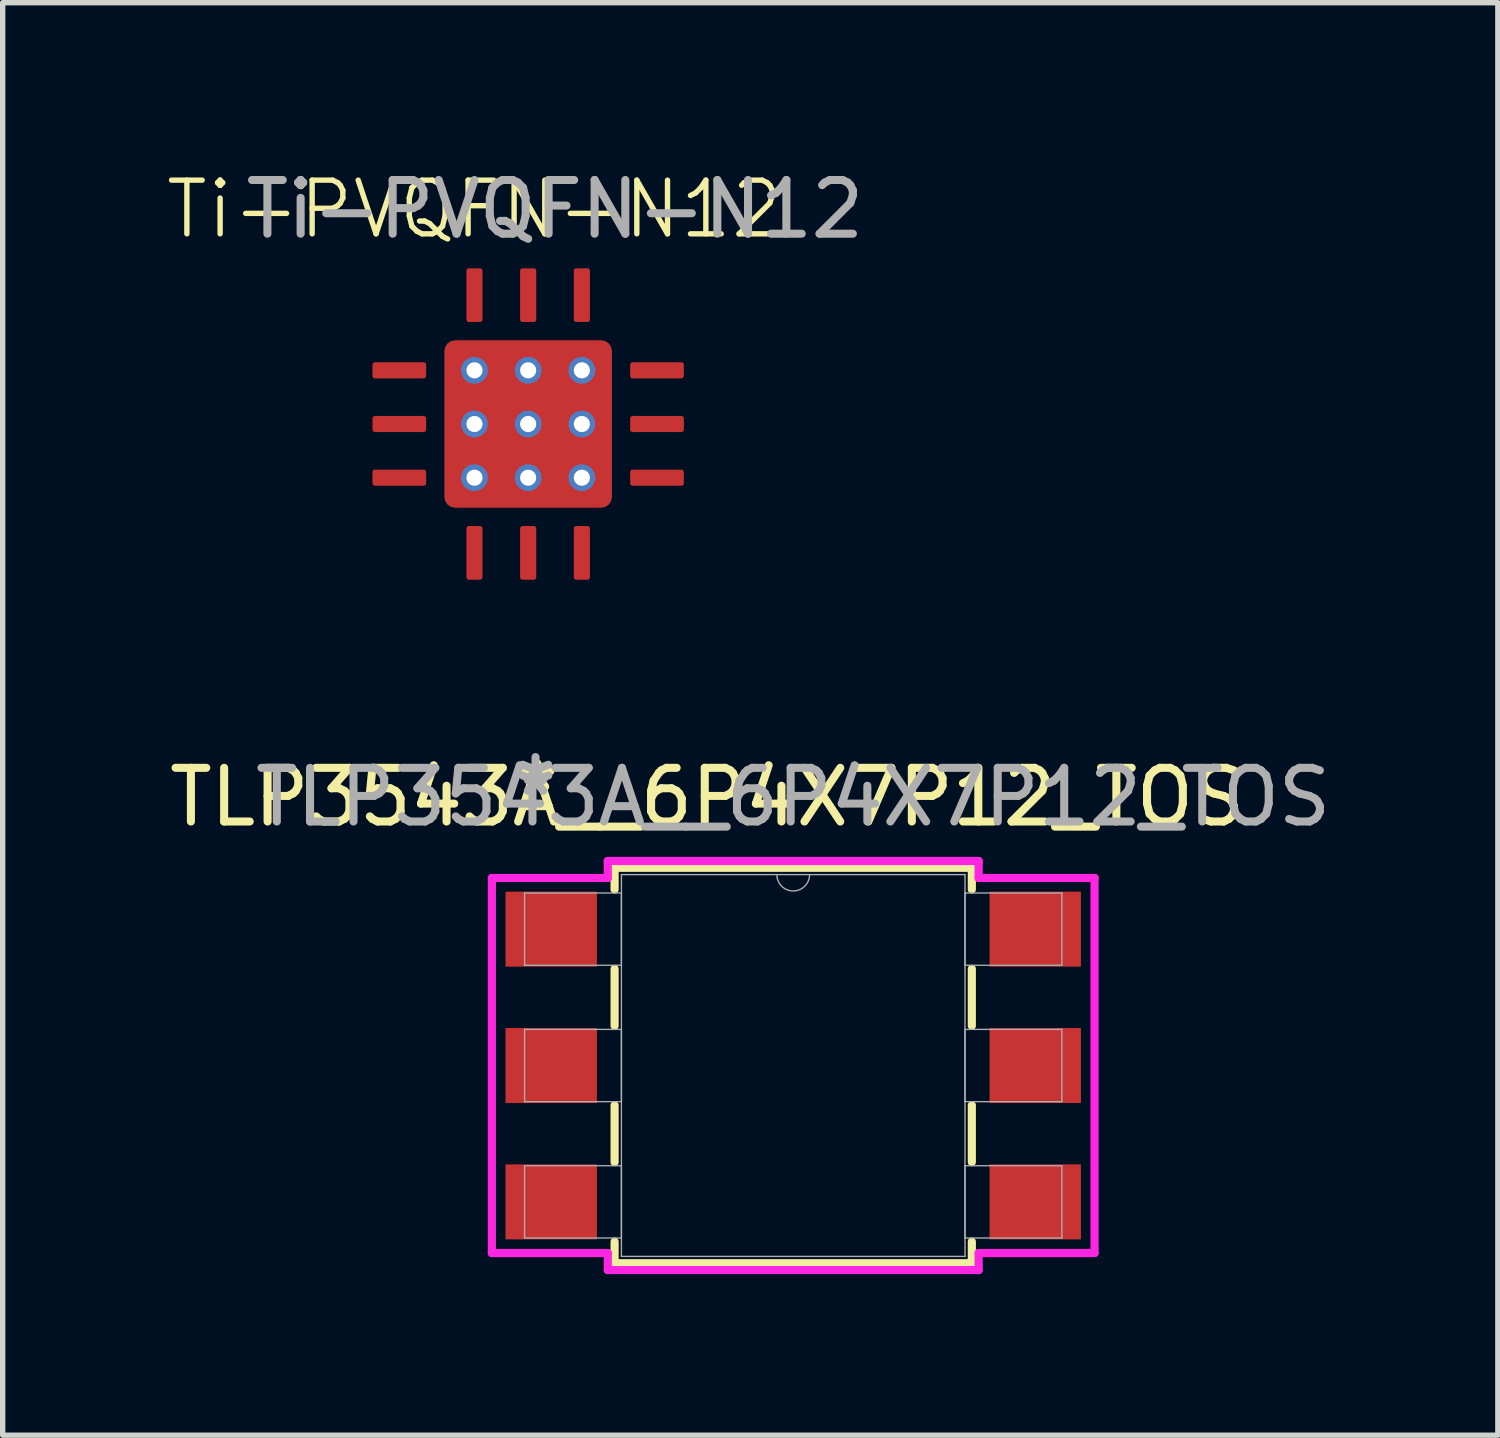
<source format=kicad_pcb>
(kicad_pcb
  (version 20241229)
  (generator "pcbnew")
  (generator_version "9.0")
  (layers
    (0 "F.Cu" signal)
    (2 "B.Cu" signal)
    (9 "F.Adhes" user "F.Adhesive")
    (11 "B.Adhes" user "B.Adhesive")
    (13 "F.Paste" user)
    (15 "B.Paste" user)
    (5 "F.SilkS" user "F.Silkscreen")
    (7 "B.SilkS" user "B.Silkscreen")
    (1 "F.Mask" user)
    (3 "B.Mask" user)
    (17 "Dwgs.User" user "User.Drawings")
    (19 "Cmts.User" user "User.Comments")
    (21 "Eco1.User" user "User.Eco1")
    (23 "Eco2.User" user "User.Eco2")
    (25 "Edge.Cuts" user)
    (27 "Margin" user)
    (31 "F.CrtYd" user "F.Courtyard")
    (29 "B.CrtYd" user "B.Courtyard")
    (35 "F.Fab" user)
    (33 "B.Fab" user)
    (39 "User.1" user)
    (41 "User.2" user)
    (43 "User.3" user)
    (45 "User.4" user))
  (footprint "Ti-PVQFN-N12"
    (layer "F.Cu")
    (at 6.788 4.848)
    (property "Reference" "Ti-PVQFN-N12" (at -1 -4 0) (unlocked yes) (layer "F.SilkS") (effects (font (size 1 1) (thickness 0.1))))
    (attr smd)
    (fp_rect (start -1.45 -1.45) (end -0.15 -0.15) (stroke (width 0.1) (type solid)) (fill yes) (layer "F.Paste"))
    (fp_rect (start -1.45 0.15) (end -0.15 1.45) (stroke (width 0.1) (type solid)) (fill yes) (layer "F.Paste"))
    (fp_rect (start 0.15 -0.15) (end 1.45 -1.45) (stroke (width 0.1) (type solid)) (fill yes) (layer "F.Paste"))
    (fp_rect (start 0.15 0.15) (end 1.45 1.45) (stroke (width 0.1) (type solid)) (fill yes) (layer "F.Paste"))
    (fp_text user "${REFERENCE}" (at 0.5 -4 0) (unlocked yes) (layer "F.Fab") (effects (font (size 1 1) (thickness 0.15))))
    (pad "1" smd roundrect (at -1 -2.4) (size 0.3 1) (layers "F.Cu" "F.Mask" "F.Paste") (roundrect_rratio 0.15))
    (pad "2" smd roundrect (at 0 -2.4) (size 0.3 1) (layers "F.Cu" "F.Mask" "F.Paste") (roundrect_rratio 0.15))
    (pad "3" smd roundrect (at 1 -2.4) (size 0.3 1) (layers "F.Cu" "F.Mask" "F.Paste") (roundrect_rratio 0.15))
    (pad "4" smd roundrect (at 2.4 -1) (size 1 0.3) (layers "F.Cu" "F.Mask" "F.Paste") (roundrect_rratio 0.15))
    (pad "5" smd roundrect (at 2.4 0) (size 1 0.3) (layers "F.Cu" "F.Mask" "F.Paste") (roundrect_rratio 0.15))
    (pad "6" smd roundrect (at 2.4 1) (size 1 0.3) (layers "F.Cu" "F.Mask" "F.Paste") (roundrect_rratio 0.15))
    (pad "7" smd roundrect (at 1 2.4) (size 0.3 1) (layers "F.Cu" "F.Mask" "F.Paste") (roundrect_rratio 0.15))
    (pad "8" smd roundrect (at 0 2.4) (size 0.3 1) (layers "F.Cu" "F.Mask" "F.Paste") (roundrect_rratio 0.15))
    (pad "9" smd roundrect (at -1 2.4) (size 0.3 1) (layers "F.Cu" "F.Mask" "F.Paste") (roundrect_rratio 0.15))
    (pad "10" smd roundrect (at -2.4 1) (size 1 0.3) (layers "F.Cu" "F.Mask" "F.Paste") (roundrect_rratio 0.15))
    (pad "11" smd roundrect (at -2.4 0) (size 1 0.3) (layers "F.Cu" "F.Mask" "F.Paste") (roundrect_rratio 0.15))
    (pad "12" smd roundrect (at -2.4 -1) (size 1 0.3) (layers "F.Cu" "F.Mask" "F.Paste") (roundrect_rratio 0.15))
    (pad "13" thru_hole circle (at -1 -1) (size 0.5 0.5) (drill 0.3) (layers "*.Cu" "*.Mask"))
    (pad "13" thru_hole circle (at -1 0) (size 0.5 0.5) (drill 0.3) (layers "*.Cu" "*.Mask"))
    (pad "13" thru_hole circle (at -1 1) (size 0.5 0.5) (drill 0.3) (layers "*.Cu" "*.Mask"))
    (pad "13" thru_hole circle (at 0 -1) (size 0.5 0.5) (drill 0.3) (layers "*.Cu" "*.Mask"))
    (pad "13" thru_hole circle (at 0 0) (size 0.5 0.5) (drill 0.3) (layers "*.Cu" "*.Mask"))
    (pad "13" smd roundrect (at 0 0) (size 3.12 3.12) (layers "F.Cu" "F.Mask") (roundrect_rratio 0.064))
    (pad "13" thru_hole circle (at 0 1) (size 0.5 0.5) (drill 0.3) (layers "*.Cu" "*.Mask"))
    (pad "13" thru_hole circle (at 1 -1) (size 0.5 0.5) (drill 0.3) (layers "*.Cu" "*.Mask"))
    (pad "13" thru_hole circle (at 1 0) (size 0.5 0.5) (drill 0.3) (layers "*.Cu" "*.Mask"))
    (pad "13" thru_hole circle (at 1 1) (size 0.5 0.5) (drill 0.3) (layers "*.Cu" "*.Mask")))
  (footprint "TLP3543A__6P4X7P12_TOS"
    (layer "F.Cu")
    (at 11.725 16.797)
    (property "Reference" "TLP3543A__6P4X7P12_TOS" (at -1.6 -5 0) (unlocked yes) (layer "F.SilkS") (effects (font (size 1 1) (thickness 0.15))))
    (attr smd)
    (fp_line (start -3.327 -3.683) (end -3.327 -3.28) (stroke (width 0.152) (type solid)) (layer "F.SilkS"))
    (fp_line (start -3.327 -1.8) (end -3.327 -0.74) (stroke (width 0.152) (type solid)) (layer "F.SilkS"))
    (fp_line (start -3.327 0.74) (end -3.327 1.8) (stroke (width 0.152) (type solid)) (layer "F.SilkS"))
    (fp_line (start -3.327 3.28) (end -3.327 3.683) (stroke (width 0.152) (type solid)) (layer "F.SilkS"))
    (fp_line (start -3.327 3.683) (end 3.327 3.683) (stroke (width 0.152) (type solid)) (layer "F.SilkS"))
    (fp_line (start 3.327 -3.683) (end -3.327 -3.683) (stroke (width 0.152) (type solid)) (layer "F.SilkS"))
    (fp_line (start 3.327 -3.28) (end 3.327 -3.683) (stroke (width 0.152) (type solid)) (layer "F.SilkS"))
    (fp_line (start 3.327 -0.74) (end 3.327 -1.8) (stroke (width 0.152) (type solid)) (layer "F.SilkS"))
    (fp_line (start 3.327 1.8) (end 3.327 0.74) (stroke (width 0.152) (type solid)) (layer "F.SilkS"))
    (fp_line (start 3.327 3.683) (end 3.327 3.28) (stroke (width 0.152) (type solid)) (layer "F.SilkS"))
    (fp_line (start -5.613 -3.493) (end -3.454 -3.493) (stroke (width 0.152) (type solid)) (layer "F.CrtYd"))
    (fp_line (start -5.613 3.493) (end -5.613 -3.493) (stroke (width 0.152) (type solid)) (layer "F.CrtYd"))
    (fp_line (start -5.613 3.493) (end -3.454 3.493) (stroke (width 0.152) (type solid)) (layer "F.CrtYd"))
    (fp_line (start -3.454 -3.81) (end 3.454 -3.81) (stroke (width 0.152) (type solid)) (layer "F.CrtYd"))
    (fp_line (start -3.454 -3.493) (end -3.454 -3.81) (stroke (width 0.152) (type solid)) (layer "F.CrtYd"))
    (fp_line (start -3.454 3.81) (end -3.454 3.493) (stroke (width 0.152) (type solid)) (layer "F.CrtYd"))
    (fp_line (start 3.454 -3.81) (end 3.454 -3.493) (stroke (width 0.152) (type solid)) (layer "F.CrtYd"))
    (fp_line (start 3.454 3.493) (end 3.454 3.81) (stroke (width 0.152) (type solid)) (layer "F.CrtYd"))
    (fp_line (start 3.454 3.81) (end -3.454 3.81) (stroke (width 0.152) (type solid)) (layer "F.CrtYd"))
    (fp_line (start 5.613 -3.493) (end 3.454 -3.493) (stroke (width 0.152) (type solid)) (layer "F.CrtYd"))
    (fp_line (start 5.613 -3.493) (end 5.613 3.493) (stroke (width 0.152) (type solid)) (layer "F.CrtYd"))
    (fp_line (start 5.613 3.493) (end 3.454 3.493) (stroke (width 0.152) (type solid)) (layer "F.CrtYd"))
    (fp_line (start -5.004 -3.213) (end -5.004 -1.867) (stroke (width 0.025) (type solid)) (layer "F.Fab"))
    (fp_line (start -5.004 -1.867) (end -3.2 -1.867) (stroke (width 0.025) (type solid)) (layer "F.Fab"))
    (fp_line (start -5.004 -0.673) (end -5.004 0.673) (stroke (width 0.025) (type solid)) (layer "F.Fab"))
    (fp_line (start -5.004 0.673) (end -3.2 0.673) (stroke (width 0.025) (type solid)) (layer "F.Fab"))
    (fp_line (start -5.004 1.867) (end -5.004 3.213) (stroke (width 0.025) (type solid)) (layer "F.Fab"))
    (fp_line (start -5.004 3.213) (end -3.2 3.213) (stroke (width 0.025) (type solid)) (layer "F.Fab"))
    (fp_line (start -3.2 -3.556) (end -3.2 3.556) (stroke (width 0.025) (type solid)) (layer "F.Fab"))
    (fp_line (start -3.2 -3.213) (end -5.004 -3.213) (stroke (width 0.025) (type solid)) (layer "F.Fab"))
    (fp_line (start -3.2 -1.867) (end -3.2 -3.213) (stroke (width 0.025) (type solid)) (layer "F.Fab"))
    (fp_line (start -3.2 -0.673) (end -5.004 -0.673) (stroke (width 0.025) (type solid)) (layer "F.Fab"))
    (fp_line (start -3.2 0.673) (end -3.2 -0.673) (stroke (width 0.025) (type solid)) (layer "F.Fab"))
    (fp_line (start -3.2 1.867) (end -5.004 1.867) (stroke (width 0.025) (type solid)) (layer "F.Fab"))
    (fp_line (start -3.2 3.213) (end -3.2 1.867) (stroke (width 0.025) (type solid)) (layer "F.Fab"))
    (fp_line (start -3.2 3.556) (end 3.2 3.556) (stroke (width 0.025) (type solid)) (layer "F.Fab"))
    (fp_line (start 3.2 -3.556) (end -3.2 -3.556) (stroke (width 0.025) (type solid)) (layer "F.Fab"))
    (fp_line (start 3.2 -3.213) (end 3.2 -1.867) (stroke (width 0.025) (type solid)) (layer "F.Fab"))
    (fp_line (start 3.2 -1.867) (end 5.004 -1.867) (stroke (width 0.025) (type solid)) (layer "F.Fab"))
    (fp_line (start 3.2 -0.673) (end 3.2 0.673) (stroke (width 0.025) (type solid)) (layer "F.Fab"))
    (fp_line (start 3.2 0.673) (end 5.004 0.673) (stroke (width 0.025) (type solid)) (layer "F.Fab"))
    (fp_line (start 3.2 1.867) (end 3.2 3.213) (stroke (width 0.025) (type solid)) (layer "F.Fab"))
    (fp_line (start 3.2 3.213) (end 5.004 3.213) (stroke (width 0.025) (type solid)) (layer "F.Fab"))
    (fp_line (start 3.2 3.556) (end 3.2 -3.556) (stroke (width 0.025) (type solid)) (layer "F.Fab"))
    (fp_line (start 5.004 -3.213) (end 3.2 -3.213) (stroke (width 0.025) (type solid)) (layer "F.Fab"))
    (fp_line (start 5.004 -1.867) (end 5.004 -3.213) (stroke (width 0.025) (type solid)) (layer "F.Fab"))
    (fp_line (start 5.004 -0.673) (end 3.2 -0.673) (stroke (width 0.025) (type solid)) (layer "F.Fab"))
    (fp_line (start 5.004 0.673) (end 5.004 -0.673) (stroke (width 0.025) (type solid)) (layer "F.Fab"))
    (fp_line (start 5.004 1.867) (end 3.2 1.867) (stroke (width 0.025) (type solid)) (layer "F.Fab"))
    (fp_line (start 5.004 3.213) (end 5.004 1.867) (stroke (width 0.025) (type solid)) (layer "F.Fab"))
    (fp_arc (start 0.3048 -3.556) (mid 0 -3.2512) (end -0.3048 -3.556) (stroke (width 0.0254) (type solid)) (layer "F.Fab"))
    (fp_text user "*" (at -4.763 -5.08 0) (unlocked yes) (layer "F.SilkS") (effects (font (size 1 1) (thickness 0.15))))
    (fp_text user "*" (at -4.8 -5.2 0) (unlocked yes) (layer "F.Fab") (effects (font (size 1 1) (thickness 0.15))))
    (fp_text user "*" (at -4.8 -5 0) (layer "F.Fab") (effects (font (size 1 1) (thickness 0.15))))
    (fp_text user "${REFERENCE}" (at 0 -5 0) (unlocked yes) (layer "F.Fab") (effects (font (size 1 1) (thickness 0.15))))
    (pad "1" smd rect (at -4.508 -2.54) (size 1.702 1.397) (layers "F.Cu" "F.Mask" "F.Paste"))
    (pad "2" smd rect (at -4.508 0) (size 1.702 1.397) (layers "F.Cu" "F.Mask" "F.Paste"))
    (pad "3" smd rect (at -4.508 2.54) (size 1.702 1.397) (layers "F.Cu" "F.Mask" "F.Paste"))
    (pad "4" smd rect (at 4.508 2.54) (size 1.702 1.397) (layers "F.Cu" "F.Mask" "F.Paste"))
    (pad "5" smd rect (at 4.508 0) (size 1.702 1.397) (layers "F.Cu" "F.Mask" "F.Paste"))
    (pad "6" smd rect (at 4.508 -2.54) (size 1.702 1.397) (layers "F.Cu" "F.Mask" "F.Paste")))
  (gr_rect
    (start -3 -3)
    (end 24.85 23.683)
    (stroke (width 0.1) (type default))
    (fill no)
    (layer "Edge.Cuts")))
</source>
